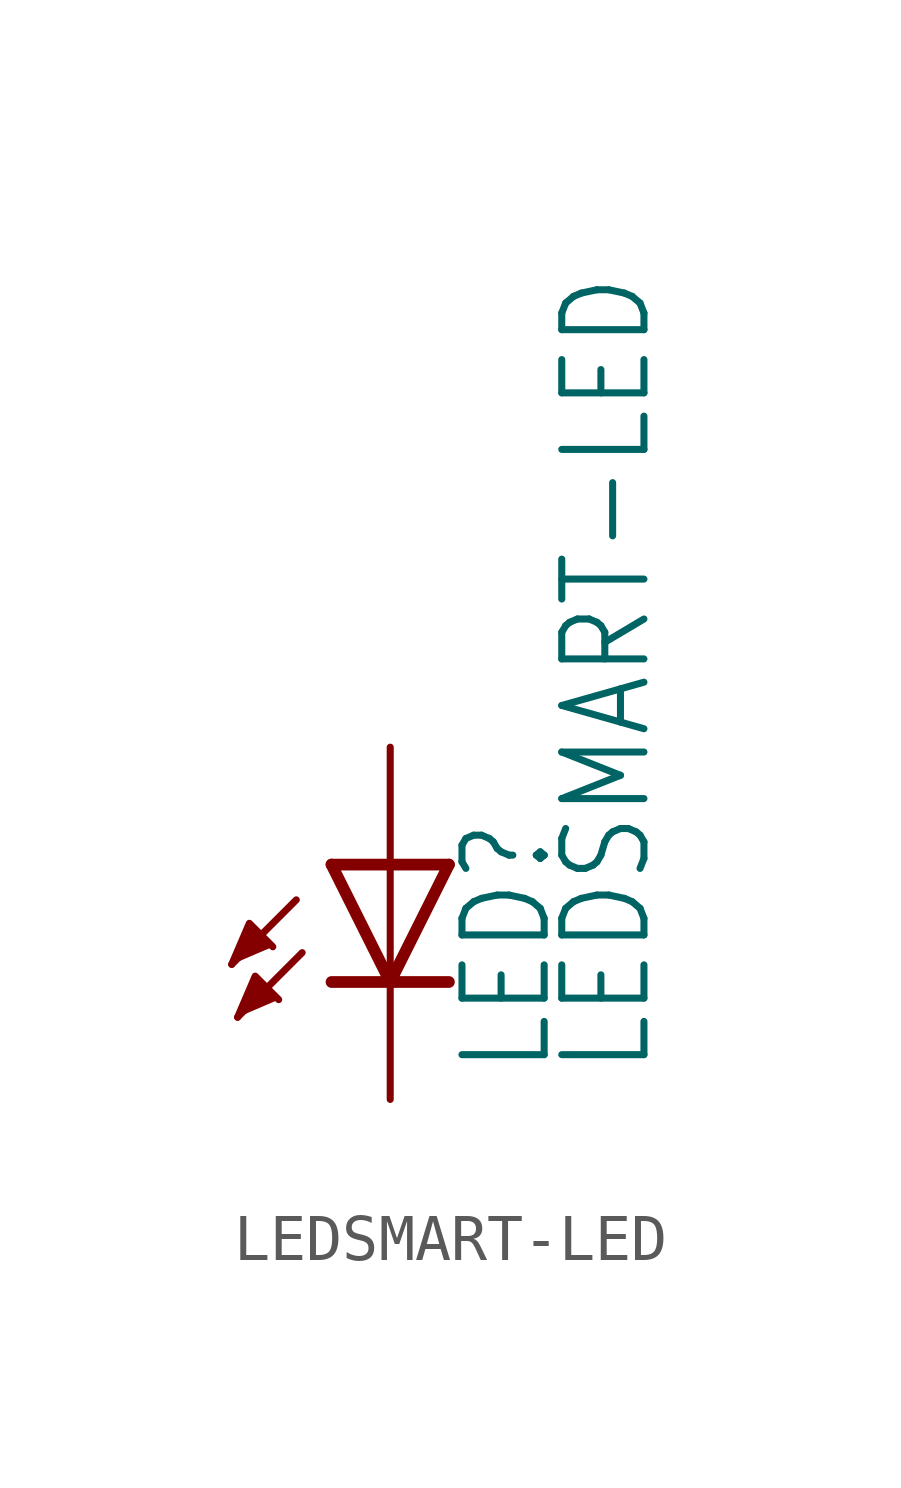
<source format=kicad_sym>
(kicad_symbol_lib
  (version 20220331)
  (generator kicad_symbol_editor)
  (symbol "LEDSMART-LED"
    (property "Reference" "LED"
      (at 3.556 -4.572 90)
      (effects (font (size 1.778 1.511)) (justify left bottom)))
    (property "Value" "LEDSMART-LED"
      (at 5.715 -4.572 90)
      (effects (font (size 1.778 1.511)) (justify left bottom)))
    (property "ki_locked" ""
      (at 0 0 0)
      (effects (font (size 1.27 1.27))))
    (symbol "LEDSMART-LED_1_0"
      (polyline (pts (xy -2.032 -0.762) (xy -3.429 -2.159)) (stroke (width 0.152) (type solid)) (fill (type none)))
      (polyline (pts (xy -1.905 -1.905) (xy -3.302 -3.302)) (stroke (width 0.152) (type solid)) (fill (type none)))
      (polyline (pts (xy 0 -2.54) (xy -1.27 -2.54)) (stroke (width 0.254) (type solid)) (fill (type none)))
      (polyline (pts (xy 0 -2.54) (xy -1.27 0)) (stroke (width 0.254) (type solid)) (fill (type none)))
      (polyline (pts (xy 0 0) (xy -1.27 0)) (stroke (width 0.254) (type solid)) (fill (type none)))
      (polyline (pts (xy 0 0) (xy 0 -2.54)) (stroke (width 0.152) (type solid)) (fill (type none)))
      (polyline (pts (xy 1.27 -2.54) (xy 0 -2.54)) (stroke (width 0.254) (type solid)) (fill (type none)))
      (polyline (pts (xy 1.27 0) (xy 0 -2.54)) (stroke (width 0.254) (type solid)) (fill (type none)))
      (polyline (pts (xy 1.27 0) (xy 0 0)) (stroke (width 0.254) (type solid)) (fill (type none)))
      (polyline (pts (xy -3.429 -2.159) (xy -3.048 -1.27) (xy -2.54 -1.778)) (stroke (width 0) (type default)) (fill (type outline)))
      (polyline (pts (xy -3.302 -3.302) (xy -2.921 -2.413) (xy -2.413 -2.921)) (stroke (width 0) (type default)) (fill (type outline)))
      (pin passive line (at 0 2.54 270) (length 2.54) (name "A" (effects (font (size 0 0)))) (number "A" (effects (font (size 0 0)))))
      (pin passive line (at 0 -5.08 90) (length 2.54) (name "C" (effects (font (size 0 0)))) (number "B" (effects (font (size 0 0))))))))
</source>
